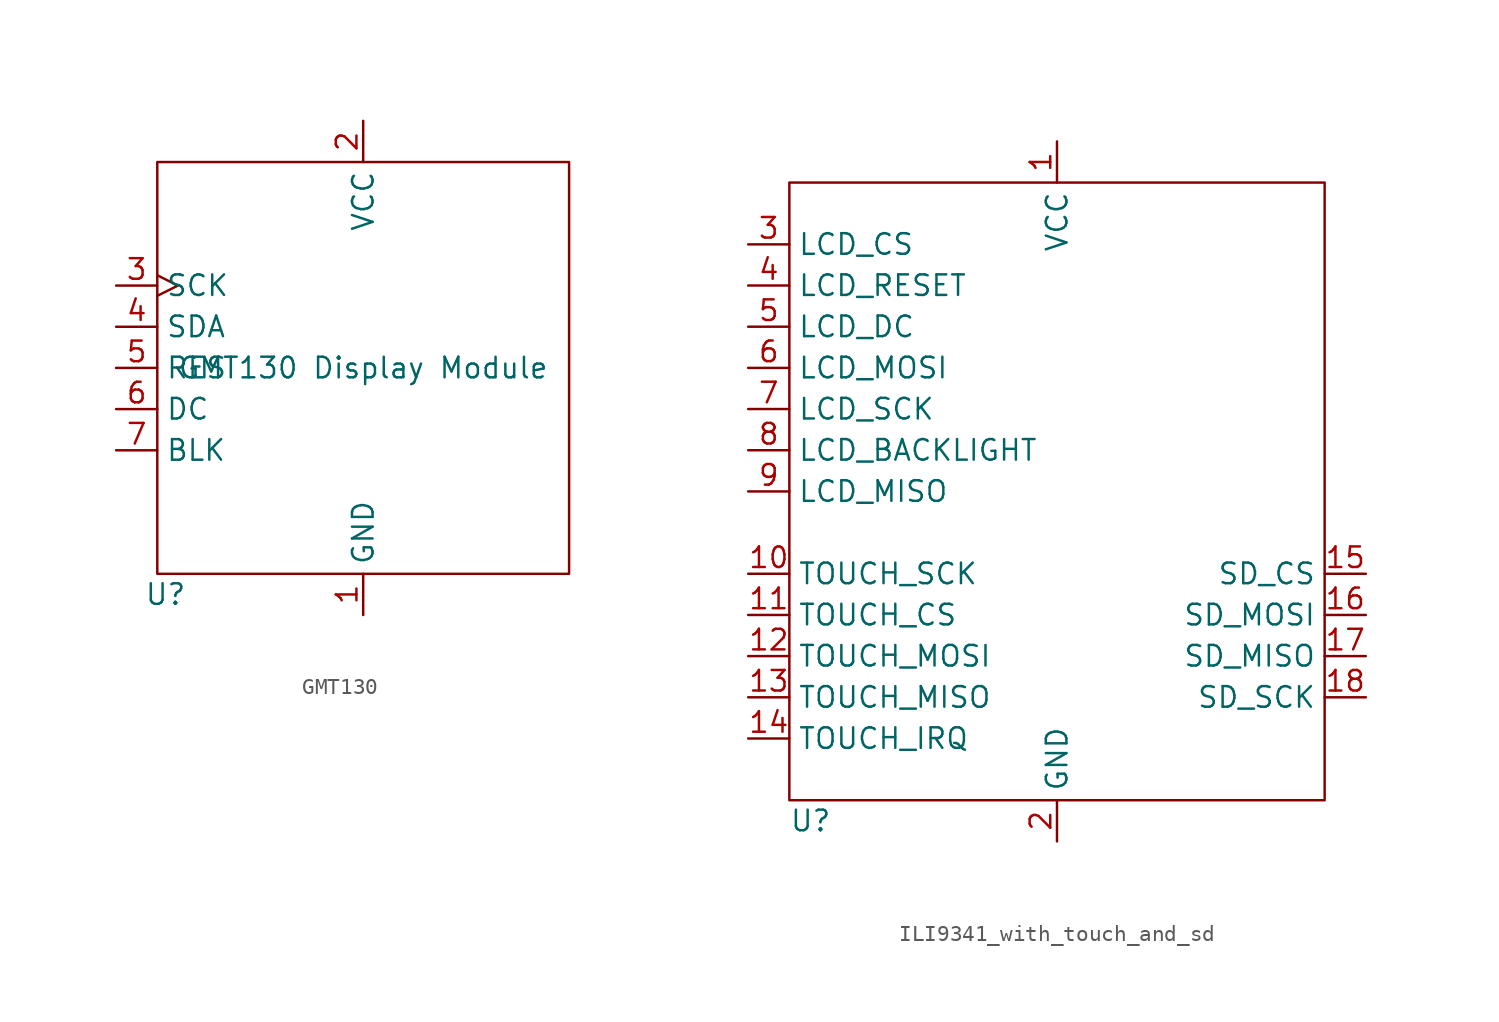
<source format=kicad_sym>
(kicad_symbol_lib
  (version 20241209)
  (generator "kicad_symbol_editor")
  (generator_version "9.0")
  (symbol "GMT130"
    (property "Reference" "U"
      (at -12.192 -13.97 0)
      (effects (font (size 1.27 1.27))))
    (property "Value" "GMT130 Display Module"
      (at 0 0 0)
      (effects (font (size 1.27 1.27))))
    (symbol "GMT130_0_1"
      (rectangle (start -12.7 12.7) (end 12.7 -12.7) (stroke (width 0) (type default)) (fill (type none))))
    (symbol "GMT130_1_1"
      (pin input clock (at -15.24 5.08 0) (length 2.54) (name "SCK" (effects (font (size 1.27 1.27)))) (number "3" (effects (font (size 1.27 1.27)))))
      (pin input line (at -15.24 2.54 0) (length 2.54) (name "SDA" (effects (font (size 1.27 1.27)))) (number "4" (effects (font (size 1.27 1.27)))))
      (pin input line (at -15.24 0 0) (length 2.54) (name "RES" (effects (font (size 1.27 1.27)))) (number "5" (effects (font (size 1.27 1.27)))))
      (pin input line (at -15.24 -2.54 0) (length 2.54) (name "DC" (effects (font (size 1.27 1.27)))) (number "6" (effects (font (size 1.27 1.27)))))
      (pin input line (at -15.24 -5.08 0) (length 2.54) (name "BLK" (effects (font (size 1.27 1.27)))) (number "7" (effects (font (size 1.27 1.27)))))
      (pin power_in line (at 0 15.24 270) (length 2.54) (name "VCC" (effects (font (size 1.27 1.27)))) (number "2" (effects (font (size 1.27 1.27)))))
      (pin power_in line (at 0 -15.24 90) (length 2.54) (name "GND" (effects (font (size 1.27 1.27)))) (number "1" (effects (font (size 1.27 1.27)))))))
  (symbol "ILI9341_with_touch_and_sd"
    (property "Reference" "U"
      (at -16.51 -20.32 0)
      (effects (font (size 1.27 1.27)) (justify left)))
    (property "Value" ""
      (at 0 0 0)
      (effects (font (size 1.27 1.27))))
    (symbol "ILI9341_with_touch_and_sd_0_1"
      (rectangle (start -16.51 19.05) (end 16.51 -19.05) (stroke (width 0) (type default)) (fill (type none))))
    (symbol "ILI9341_with_touch_and_sd_1_1"
      (pin input line (at -19.05 15.24 0) (length 2.54) (name "LCD_CS" (effects (font (size 1.27 1.27)))) (number "3" (effects (font (size 1.27 1.27)))))
      (pin input line (at -19.05 12.7 0) (length 2.54) (name "LCD_RESET" (effects (font (size 1.27 1.27)))) (number "4" (effects (font (size 1.27 1.27)))))
      (pin input line (at -19.05 10.16 0) (length 2.54) (name "LCD_DC" (effects (font (size 1.27 1.27)))) (number "5" (effects (font (size 1.27 1.27)))))
      (pin input line (at -19.05 7.62 0) (length 2.54) (name "LCD_MOSI" (effects (font (size 1.27 1.27)))) (number "6" (effects (font (size 1.27 1.27)))))
      (pin input line (at -19.05 5.08 0) (length 2.54) (name "LCD_SCK" (effects (font (size 1.27 1.27)))) (number "7" (effects (font (size 1.27 1.27)))))
      (pin input line (at -19.05 2.54 0) (length 2.54) (name "LCD_BACKLIGHT" (effects (font (size 1.27 1.27)))) (number "8" (effects (font (size 1.27 1.27)))))
      (pin output line (at -19.05 0 0) (length 2.54) (name "LCD_MISO" (effects (font (size 1.27 1.27)))) (number "9" (effects (font (size 1.27 1.27)))))
      (pin input line (at -19.05 -5.08 0) (length 2.54) (name "TOUCH_SCK" (effects (font (size 1.27 1.27)))) (number "10" (effects (font (size 1.27 1.27)))))
      (pin input line (at -19.05 -7.62 0) (length 2.54) (name "TOUCH_CS" (effects (font (size 1.27 1.27)))) (number "11" (effects (font (size 1.27 1.27)))))
      (pin input line (at -19.05 -10.16 0) (length 2.54) (name "TOUCH_MOSI" (effects (font (size 1.27 1.27)))) (number "12" (effects (font (size 1.27 1.27)))))
      (pin output line (at -19.05 -12.7 0) (length 2.54) (name "TOUCH_MISO" (effects (font (size 1.27 1.27)))) (number "13" (effects (font (size 1.27 1.27)))))
      (pin output line (at -19.05 -15.24 0) (length 2.54) (name "TOUCH_IRQ" (effects (font (size 1.27 1.27)))) (number "14" (effects (font (size 1.27 1.27)))))
      (pin power_in line (at 0 21.59 270) (length 2.54) (name "VCC" (effects (font (size 1.27 1.27)))) (number "1" (effects (font (size 1.27 1.27)))))
      (pin power_out line (at 0 -21.59 90) (length 2.54) (name "GND" (effects (font (size 1.27 1.27)))) (number "2" (effects (font (size 1.27 1.27)))))
      (pin input line (at 19.05 -5.08 180) (length 2.54) (name "SD_CS" (effects (font (size 1.27 1.27)))) (number "15" (effects (font (size 1.27 1.27)))))
      (pin input line (at 19.05 -7.62 180) (length 2.54) (name "SD_MOSI" (effects (font (size 1.27 1.27)))) (number "16" (effects (font (size 1.27 1.27)))))
      (pin output line (at 19.05 -10.16 180) (length 2.54) (name "SD_MISO" (effects (font (size 1.27 1.27)))) (number "17" (effects (font (size 1.27 1.27)))))
      (pin input line (at 19.05 -12.7 180) (length 2.54) (name "SD_SCK" (effects (font (size 1.27 1.27)))) (number "18" (effects (font (size 1.27 1.27))))))))
</source>
